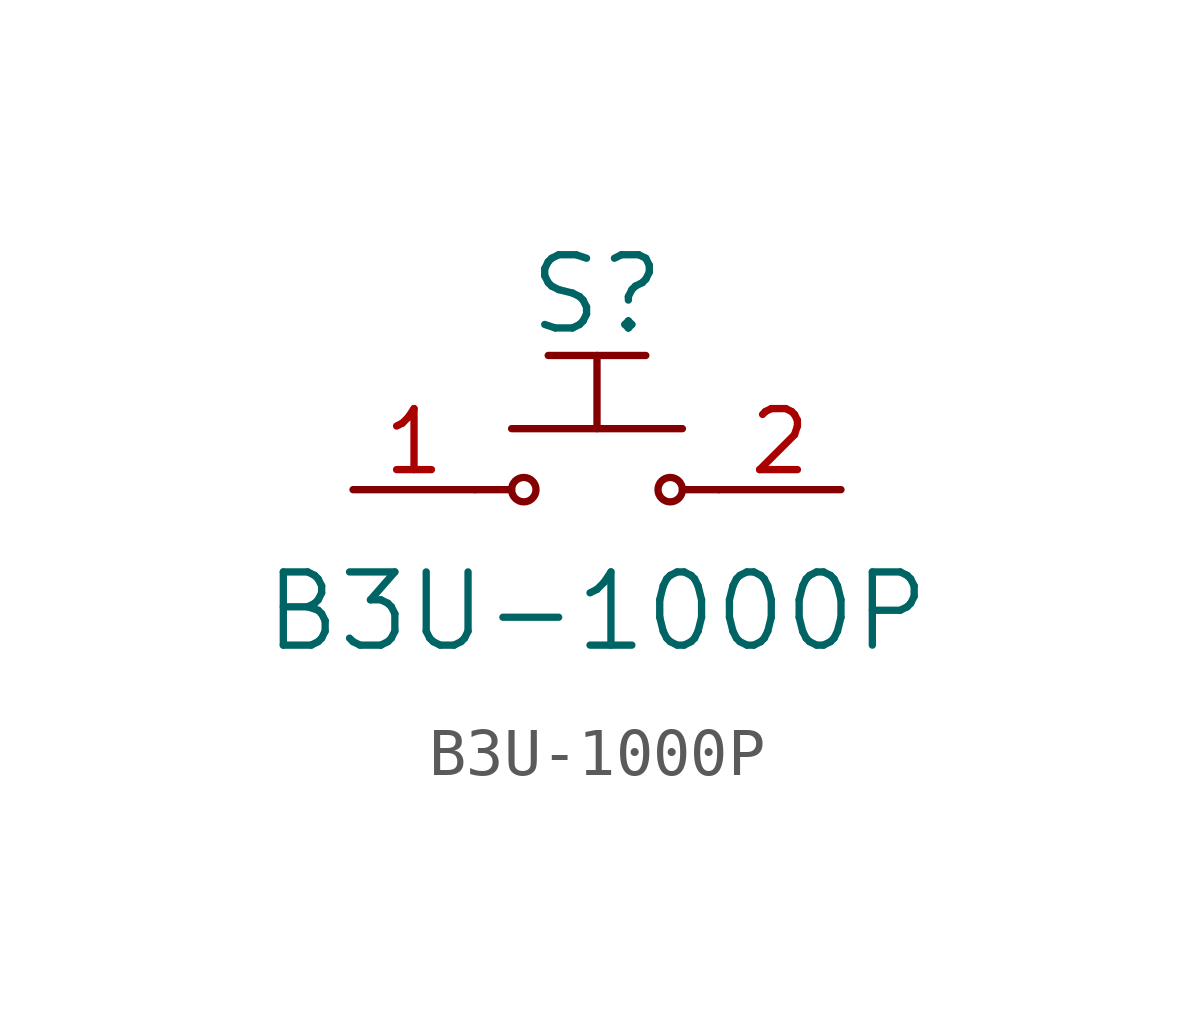
<source format=kicad_sym>
(kicad_symbol_lib
  (version 20211014)
  (generator kicad_symbol_editor)
  (symbol "B3U-1000P"
    (pin_names
      (offset 1.016))
    (property "Reference" "S"
      (at 0 4.064 0)
      (effects (font (size 1.524 1.524))))
    (property "Value" "B3U-1000P"
      (at 0 -2.54 0)
      (effects (font (size 1.524 1.524))))
    (symbol "B3U-1000P_0_1"
      (circle (center -1.524 0) (radius 0.254) (stroke (width 0) (type default) (color 0 0 0 0)) (fill (type none)))
      (polyline (pts (xy -2.54 0) (xy -1.778 0)) (stroke (width 0) (type default) (color 0 0 0 0)) (fill (type none)))
      (polyline (pts (xy -1.778 1.27) (xy 1.778 1.27)) (stroke (width 0) (type default) (color 0 0 0 0)) (fill (type none)))
      (polyline (pts (xy -1.016 2.794) (xy 1.016 2.794)) (stroke (width 0) (type default) (color 0 0 0 0)) (fill (type none)))
      (polyline (pts (xy 0 1.27) (xy 0 2.794)) (stroke (width 0) (type default) (color 0 0 0 0)) (fill (type none)))
      (polyline (pts (xy 2.54 0) (xy 1.778 0)) (stroke (width 0) (type default) (color 0 0 0 0)) (fill (type none)))
      (circle (center 1.524 0) (radius 0.254) (stroke (width 0) (type default) (color 0 0 0 0)) (fill (type none))))
    (symbol "B3U-1000P_1_1"
      (pin passive line (at -5.08 0 0) (length 2.54) (name "~" (effects (font (size 1.27 1.27)))) (number "1" (effects (font (size 1.27 1.27)))))
      (pin passive line (at 5.08 0 180) (length 2.54) (name "~" (effects (font (size 1.27 1.27)))) (number "2" (effects (font (size 1.27 1.27))))))))
</source>
